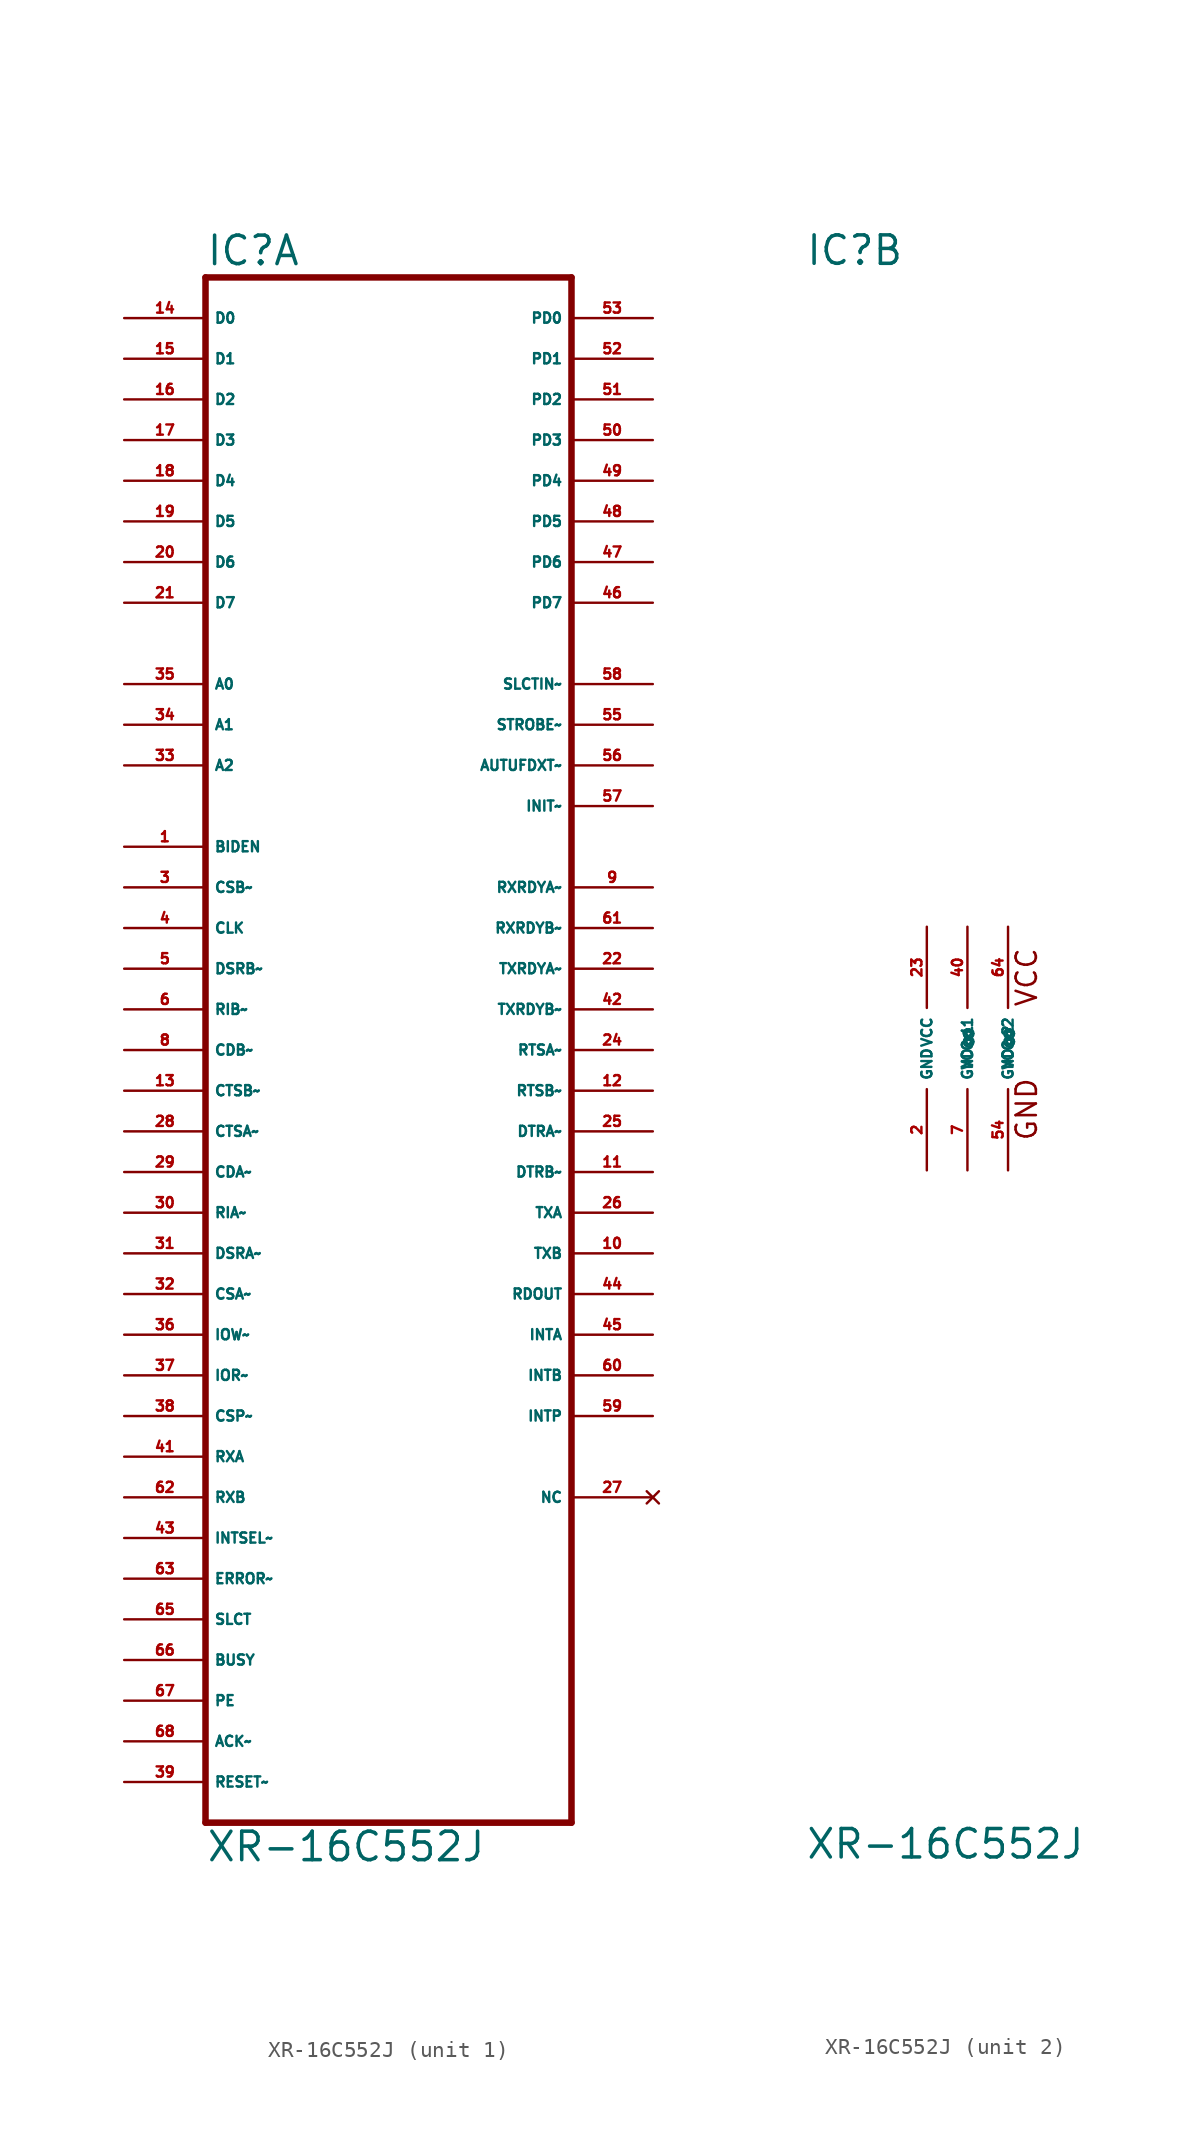
<source format=kicad_sym>
(kicad_symbol_lib
  (version 20220914)
  (generator Eagle2Kicad)
  (symbol "XR-16C552J"
    (property "Reference" "IC"
      (at -10.16 48.895 0)
      (effects (font (size 1.778 1.778) (thickness 0.22)) (justify left bottom)))
    (property "Value" "XR-16C552J"
      (at -10.16 -50.8 0)
      (effects (font (size 1.778 1.778) (thickness 0.22)) (justify left bottom)))
    (symbol "XR-16C552J_1_0"
      (polyline (pts (xy -10.16 -48.26) (xy 12.7 -48.26)) (stroke (width 0.406) (type default)) (fill (type none)))
      (polyline (pts (xy 12.7 -48.26) (xy 12.7 48.26)) (stroke (width 0.406) (type default)) (fill (type none)))
      (polyline (pts (xy 12.7 48.26) (xy -10.16 48.26)) (stroke (width 0.406) (type default)) (fill (type none)))
      (polyline (pts (xy -10.16 48.26) (xy -10.16 -48.26)) (stroke (width 0.406) (type default)) (fill (type none)))
      (pin bidirectional line (at -15.24 45.72 0) (length 5.08) (name "D0" (effects (font (size 0.635 0.635) (thickness 0.08)) (justify left bottom))) (number "14" (effects (font (size 0.635 0.635) (thickness 0.08)) (justify left bottom))))
      (pin bidirectional line (at -15.24 43.18 0) (length 5.08) (name "D1" (effects (font (size 0.635 0.635) (thickness 0.08)) (justify left bottom))) (number "15" (effects (font (size 0.635 0.635) (thickness 0.08)) (justify left bottom))))
      (pin bidirectional line (at -15.24 40.64 0) (length 5.08) (name "D2" (effects (font (size 0.635 0.635) (thickness 0.08)) (justify left bottom))) (number "16" (effects (font (size 0.635 0.635) (thickness 0.08)) (justify left bottom))))
      (pin bidirectional line (at -15.24 38.1 0) (length 5.08) (name "D3" (effects (font (size 0.635 0.635) (thickness 0.08)) (justify left bottom))) (number "17" (effects (font (size 0.635 0.635) (thickness 0.08)) (justify left bottom))))
      (pin bidirectional line (at -15.24 35.56 0) (length 5.08) (name "D4" (effects (font (size 0.635 0.635) (thickness 0.08)) (justify left bottom))) (number "18" (effects (font (size 0.635 0.635) (thickness 0.08)) (justify left bottom))))
      (pin bidirectional line (at -15.24 33.02 0) (length 5.08) (name "D5" (effects (font (size 0.635 0.635) (thickness 0.08)) (justify left bottom))) (number "19" (effects (font (size 0.635 0.635) (thickness 0.08)) (justify left bottom))))
      (pin bidirectional line (at -15.24 30.48 0) (length 5.08) (name "D6" (effects (font (size 0.635 0.635) (thickness 0.08)) (justify left bottom))) (number "20" (effects (font (size 0.635 0.635) (thickness 0.08)) (justify left bottom))))
      (pin bidirectional line (at -15.24 27.94 0) (length 5.08) (name "D7" (effects (font (size 0.635 0.635) (thickness 0.08)) (justify left bottom))) (number "21" (effects (font (size 0.635 0.635) (thickness 0.08)) (justify left bottom))))
      (pin bidirectional line (at 17.78 45.72 180) (length 5.08) (name "PD0" (effects (font (size 0.635 0.635) (thickness 0.08)) (justify left bottom))) (number "53" (effects (font (size 0.635 0.635) (thickness 0.08)) (justify left bottom))))
      (pin bidirectional line (at 17.78 43.18 180) (length 5.08) (name "PD1" (effects (font (size 0.635 0.635) (thickness 0.08)) (justify left bottom))) (number "52" (effects (font (size 0.635 0.635) (thickness 0.08)) (justify left bottom))))
      (pin bidirectional line (at 17.78 40.64 180) (length 5.08) (name "PD2" (effects (font (size 0.635 0.635) (thickness 0.08)) (justify left bottom))) (number "51" (effects (font (size 0.635 0.635) (thickness 0.08)) (justify left bottom))))
      (pin bidirectional line (at 17.78 38.1 180) (length 5.08) (name "PD3" (effects (font (size 0.635 0.635) (thickness 0.08)) (justify left bottom))) (number "50" (effects (font (size 0.635 0.635) (thickness 0.08)) (justify left bottom))))
      (pin bidirectional line (at 17.78 35.56 180) (length 5.08) (name "PD4" (effects (font (size 0.635 0.635) (thickness 0.08)) (justify left bottom))) (number "49" (effects (font (size 0.635 0.635) (thickness 0.08)) (justify left bottom))))
      (pin bidirectional line (at 17.78 33.02 180) (length 5.08) (name "PD5" (effects (font (size 0.635 0.635) (thickness 0.08)) (justify left bottom))) (number "48" (effects (font (size 0.635 0.635) (thickness 0.08)) (justify left bottom))))
      (pin bidirectional line (at 17.78 30.48 180) (length 5.08) (name "PD6" (effects (font (size 0.635 0.635) (thickness 0.08)) (justify left bottom))) (number "47" (effects (font (size 0.635 0.635) (thickness 0.08)) (justify left bottom))))
      (pin bidirectional line (at 17.78 27.94 180) (length 5.08) (name "PD7" (effects (font (size 0.635 0.635) (thickness 0.08)) (justify left bottom))) (number "46" (effects (font (size 0.635 0.635) (thickness 0.08)) (justify left bottom))))
      (pin bidirectional line (at 17.78 20.32 180) (length 5.08) (name "STROBE~" (effects (font (size 0.635 0.635) (thickness 0.08)) (justify left bottom))) (number "55" (effects (font (size 0.635 0.635) (thickness 0.08)) (justify left bottom))))
      (pin bidirectional line (at 17.78 17.78 180) (length 5.08) (name "AUTUFDXT~" (effects (font (size 0.635 0.635) (thickness 0.08)) (justify left bottom))) (number "56" (effects (font (size 0.635 0.635) (thickness 0.08)) (justify left bottom))))
      (pin bidirectional line (at 17.78 15.24 180) (length 5.08) (name "INIT~" (effects (font (size 0.635 0.635) (thickness 0.08)) (justify left bottom))) (number "57" (effects (font (size 0.635 0.635) (thickness 0.08)) (justify left bottom))))
      (pin bidirectional line (at 17.78 22.86 180) (length 5.08) (name "SLCTIN~" (effects (font (size 0.635 0.635) (thickness 0.08)) (justify left bottom))) (number "58" (effects (font (size 0.635 0.635) (thickness 0.08)) (justify left bottom))))
      (pin input line (at -15.24 22.86 0) (length 5.08) (name "A0" (effects (font (size 0.635 0.635) (thickness 0.08)) (justify left bottom))) (number "35" (effects (font (size 0.635 0.635) (thickness 0.08)) (justify left bottom))))
      (pin input line (at -15.24 20.32 0) (length 5.08) (name "A1" (effects (font (size 0.635 0.635) (thickness 0.08)) (justify left bottom))) (number "34" (effects (font (size 0.635 0.635) (thickness 0.08)) (justify left bottom))))
      (pin input line (at -15.24 17.78 0) (length 5.08) (name "A2" (effects (font (size 0.635 0.635) (thickness 0.08)) (justify left bottom))) (number "33" (effects (font (size 0.635 0.635) (thickness 0.08)) (justify left bottom))))
      (pin input line (at -15.24 12.7 0) (length 5.08) (name "BIDEN" (effects (font (size 0.635 0.635) (thickness 0.08)) (justify left bottom))) (number "1" (effects (font (size 0.635 0.635) (thickness 0.08)) (justify left bottom))))
      (pin input line (at -15.24 10.16 0) (length 5.08) (name "CSB~" (effects (font (size 0.635 0.635) (thickness 0.08)) (justify left bottom))) (number "3" (effects (font (size 0.635 0.635) (thickness 0.08)) (justify left bottom))))
      (pin input line (at -15.24 7.62 0) (length 5.08) (name "CLK" (effects (font (size 0.635 0.635) (thickness 0.08)) (justify left bottom))) (number "4" (effects (font (size 0.635 0.635) (thickness 0.08)) (justify left bottom))))
      (pin input line (at -15.24 5.08 0) (length 5.08) (name "DSRB~" (effects (font (size 0.635 0.635) (thickness 0.08)) (justify left bottom))) (number "5" (effects (font (size 0.635 0.635) (thickness 0.08)) (justify left bottom))))
      (pin input line (at -15.24 2.54 0) (length 5.08) (name "RIB~" (effects (font (size 0.635 0.635) (thickness 0.08)) (justify left bottom))) (number "6" (effects (font (size 0.635 0.635) (thickness 0.08)) (justify left bottom))))
      (pin input line (at -15.24 0 0) (length 5.08) (name "CDB~" (effects (font (size 0.635 0.635) (thickness 0.08)) (justify left bottom))) (number "8" (effects (font (size 0.635 0.635) (thickness 0.08)) (justify left bottom))))
      (pin input line (at -15.24 -2.54 0) (length 5.08) (name "CTSB~" (effects (font (size 0.635 0.635) (thickness 0.08)) (justify left bottom))) (number "13" (effects (font (size 0.635 0.635) (thickness 0.08)) (justify left bottom))))
      (pin input line (at -15.24 -5.08 0) (length 5.08) (name "CTSA~" (effects (font (size 0.635 0.635) (thickness 0.08)) (justify left bottom))) (number "28" (effects (font (size 0.635 0.635) (thickness 0.08)) (justify left bottom))))
      (pin input line (at -15.24 -7.62 0) (length 5.08) (name "CDA~" (effects (font (size 0.635 0.635) (thickness 0.08)) (justify left bottom))) (number "29" (effects (font (size 0.635 0.635) (thickness 0.08)) (justify left bottom))))
      (pin input line (at -15.24 -10.16 0) (length 5.08) (name "RIA~" (effects (font (size 0.635 0.635) (thickness 0.08)) (justify left bottom))) (number "30" (effects (font (size 0.635 0.635) (thickness 0.08)) (justify left bottom))))
      (pin input line (at -15.24 -12.7 0) (length 5.08) (name "DSRA~" (effects (font (size 0.635 0.635) (thickness 0.08)) (justify left bottom))) (number "31" (effects (font (size 0.635 0.635) (thickness 0.08)) (justify left bottom))))
      (pin input line (at -15.24 -15.24 0) (length 5.08) (name "CSA~" (effects (font (size 0.635 0.635) (thickness 0.08)) (justify left bottom))) (number "32" (effects (font (size 0.635 0.635) (thickness 0.08)) (justify left bottom))))
      (pin input line (at -15.24 -17.78 0) (length 5.08) (name "IOW~" (effects (font (size 0.635 0.635) (thickness 0.08)) (justify left bottom))) (number "36" (effects (font (size 0.635 0.635) (thickness 0.08)) (justify left bottom))))
      (pin input line (at -15.24 -20.32 0) (length 5.08) (name "IOR~" (effects (font (size 0.635 0.635) (thickness 0.08)) (justify left bottom))) (number "37" (effects (font (size 0.635 0.635) (thickness 0.08)) (justify left bottom))))
      (pin input line (at -15.24 -22.86 0) (length 5.08) (name "CSP~" (effects (font (size 0.635 0.635) (thickness 0.08)) (justify left bottom))) (number "38" (effects (font (size 0.635 0.635) (thickness 0.08)) (justify left bottom))))
      (pin input line (at -15.24 -25.4 0) (length 5.08) (name "RXA" (effects (font (size 0.635 0.635) (thickness 0.08)) (justify left bottom))) (number "41" (effects (font (size 0.635 0.635) (thickness 0.08)) (justify left bottom))))
      (pin input line (at -15.24 -30.48 0) (length 5.08) (name "INTSEL~" (effects (font (size 0.635 0.635) (thickness 0.08)) (justify left bottom))) (number "43" (effects (font (size 0.635 0.635) (thickness 0.08)) (justify left bottom))))
      (pin input line (at -15.24 -27.94 0) (length 5.08) (name "RXB" (effects (font (size 0.635 0.635) (thickness 0.08)) (justify left bottom))) (number "62" (effects (font (size 0.635 0.635) (thickness 0.08)) (justify left bottom))))
      (pin input line (at -15.24 -33.02 0) (length 5.08) (name "ERROR~" (effects (font (size 0.635 0.635) (thickness 0.08)) (justify left bottom))) (number "63" (effects (font (size 0.635 0.635) (thickness 0.08)) (justify left bottom))))
      (pin input line (at -15.24 -35.56 0) (length 5.08) (name "SLCT" (effects (font (size 0.635 0.635) (thickness 0.08)) (justify left bottom))) (number "65" (effects (font (size 0.635 0.635) (thickness 0.08)) (justify left bottom))))
      (pin input line (at -15.24 -38.1 0) (length 5.08) (name "BUSY" (effects (font (size 0.635 0.635) (thickness 0.08)) (justify left bottom))) (number "66" (effects (font (size 0.635 0.635) (thickness 0.08)) (justify left bottom))))
      (pin input line (at -15.24 -40.64 0) (length 5.08) (name "PE" (effects (font (size 0.635 0.635) (thickness 0.08)) (justify left bottom))) (number "67" (effects (font (size 0.635 0.635) (thickness 0.08)) (justify left bottom))))
      (pin input line (at -15.24 -43.18 0) (length 5.08) (name "ACK~" (effects (font (size 0.635 0.635) (thickness 0.08)) (justify left bottom))) (number "68" (effects (font (size 0.635 0.635) (thickness 0.08)) (justify left bottom))))
      (pin input line (at -15.24 -45.72 0) (length 5.08) (name "RESET~" (effects (font (size 0.635 0.635) (thickness 0.08)) (justify left bottom))) (number "39" (effects (font (size 0.635 0.635) (thickness 0.08)) (justify left bottom))))
      (pin output line (at 17.78 10.16 180) (length 5.08) (name "RXRDYA~" (effects (font (size 0.635 0.635) (thickness 0.08)) (justify left bottom))) (number "9" (effects (font (size 0.635 0.635) (thickness 0.08)) (justify left bottom))))
      (pin output line (at 17.78 -12.7 180) (length 5.08) (name "TXB" (effects (font (size 0.635 0.635) (thickness 0.08)) (justify left bottom))) (number "10" (effects (font (size 0.635 0.635) (thickness 0.08)) (justify left bottom))))
      (pin output line (at 17.78 -7.62 180) (length 5.08) (name "DTRB~" (effects (font (size 0.635 0.635) (thickness 0.08)) (justify left bottom))) (number "11" (effects (font (size 0.635 0.635) (thickness 0.08)) (justify left bottom))))
      (pin output line (at 17.78 -2.54 180) (length 5.08) (name "RTSB~" (effects (font (size 0.635 0.635) (thickness 0.08)) (justify left bottom))) (number "12" (effects (font (size 0.635 0.635) (thickness 0.08)) (justify left bottom))))
      (pin output line (at 17.78 5.08 180) (length 5.08) (name "TXRDYA~" (effects (font (size 0.635 0.635) (thickness 0.08)) (justify left bottom))) (number "22" (effects (font (size 0.635 0.635) (thickness 0.08)) (justify left bottom))))
      (pin output line (at 17.78 0 180) (length 5.08) (name "RTSA~" (effects (font (size 0.635 0.635) (thickness 0.08)) (justify left bottom))) (number "24" (effects (font (size 0.635 0.635) (thickness 0.08)) (justify left bottom))))
      (pin output line (at 17.78 -5.08 180) (length 5.08) (name "DTRA~" (effects (font (size 0.635 0.635) (thickness 0.08)) (justify left bottom))) (number "25" (effects (font (size 0.635 0.635) (thickness 0.08)) (justify left bottom))))
      (pin output line (at 17.78 -10.16 180) (length 5.08) (name "TXA" (effects (font (size 0.635 0.635) (thickness 0.08)) (justify left bottom))) (number "26" (effects (font (size 0.635 0.635) (thickness 0.08)) (justify left bottom))))
      (pin output line (at 17.78 2.54 180) (length 5.08) (name "TXRDYB~" (effects (font (size 0.635 0.635) (thickness 0.08)) (justify left bottom))) (number "42" (effects (font (size 0.635 0.635) (thickness 0.08)) (justify left bottom))))
      (pin output line (at 17.78 -15.24 180) (length 5.08) (name "RDOUT" (effects (font (size 0.635 0.635) (thickness 0.08)) (justify left bottom))) (number "44" (effects (font (size 0.635 0.635) (thickness 0.08)) (justify left bottom))))
      (pin output line (at 17.78 -17.78 180) (length 5.08) (name "INTA" (effects (font (size 0.635 0.635) (thickness 0.08)) (justify left bottom))) (number "45" (effects (font (size 0.635 0.635) (thickness 0.08)) (justify left bottom))))
      (pin output line (at 17.78 -20.32 180) (length 5.08) (name "INTB" (effects (font (size 0.635 0.635) (thickness 0.08)) (justify left bottom))) (number "60" (effects (font (size 0.635 0.635) (thickness 0.08)) (justify left bottom))))
      (pin output line (at 17.78 -22.86 180) (length 5.08) (name "INTP" (effects (font (size 0.635 0.635) (thickness 0.08)) (justify left bottom))) (number "59" (effects (font (size 0.635 0.635) (thickness 0.08)) (justify left bottom))))
      (pin output line (at 17.78 7.62 180) (length 5.08) (name "RXRDYB~" (effects (font (size 0.635 0.635) (thickness 0.08)) (justify left bottom))) (number "61" (effects (font (size 0.635 0.635) (thickness 0.08)) (justify left bottom))))
      (pin no_connect line (at 17.78 -27.94 180) (length 5.08) (name "NC" (effects (font (size 0.635 0.635) (thickness 0.08)) (justify left bottom) hide)) (number "27" (effects (font (size 0.635 0.635) (thickness 0.08)) (justify left bottom) hide))))
    (symbol "XR-16C552J_2_0"
      (text "GND" (at 4.445 -5.842 900) (effects (font (size 1.27 1.27) (thickness 0.16)) (justify left bottom)))
      (text "VCC" (at 4.445 2.54 900) (effects (font (size 1.27 1.27) (thickness 0.16)) (justify left bottom)))
      (pin unspecified line (at -2.54 7.62 270) (length 5.08) (name "VCC" (effects (font (size 0.635 0.635) (thickness 0.08)) (justify left bottom))) (number "23" (effects (font (size 0.635 0.635) (thickness 0.08)) (justify left bottom))))
      (pin unspecified line (at 0 7.62 270) (length 5.08) (name "VCC@1" (effects (font (size 0.635 0.635) (thickness 0.08)) (justify left bottom))) (number "40" (effects (font (size 0.635 0.635) (thickness 0.08)) (justify left bottom))))
      (pin unspecified line (at 2.54 7.62 270) (length 5.08) (name "VCC@2" (effects (font (size 0.635 0.635) (thickness 0.08)) (justify left bottom))) (number "64" (effects (font (size 0.635 0.635) (thickness 0.08)) (justify left bottom))))
      (pin unspecified line (at -2.54 -7.62 90) (length 5.08) (name "GND" (effects (font (size 0.635 0.635) (thickness 0.08)) (justify left bottom))) (number "2" (effects (font (size 0.635 0.635) (thickness 0.08)) (justify left bottom))))
      (pin unspecified line (at 0 -7.62 90) (length 5.08) (name "GND@1" (effects (font (size 0.635 0.635) (thickness 0.08)) (justify left bottom))) (number "7" (effects (font (size 0.635 0.635) (thickness 0.08)) (justify left bottom))))
      (pin unspecified line (at 2.54 -7.62 90) (length 5.08) (name "GND@2" (effects (font (size 0.635 0.635) (thickness 0.08)) (justify left bottom))) (number "54" (effects (font (size 0.635 0.635) (thickness 0.08)) (justify left bottom)))))))
</source>
